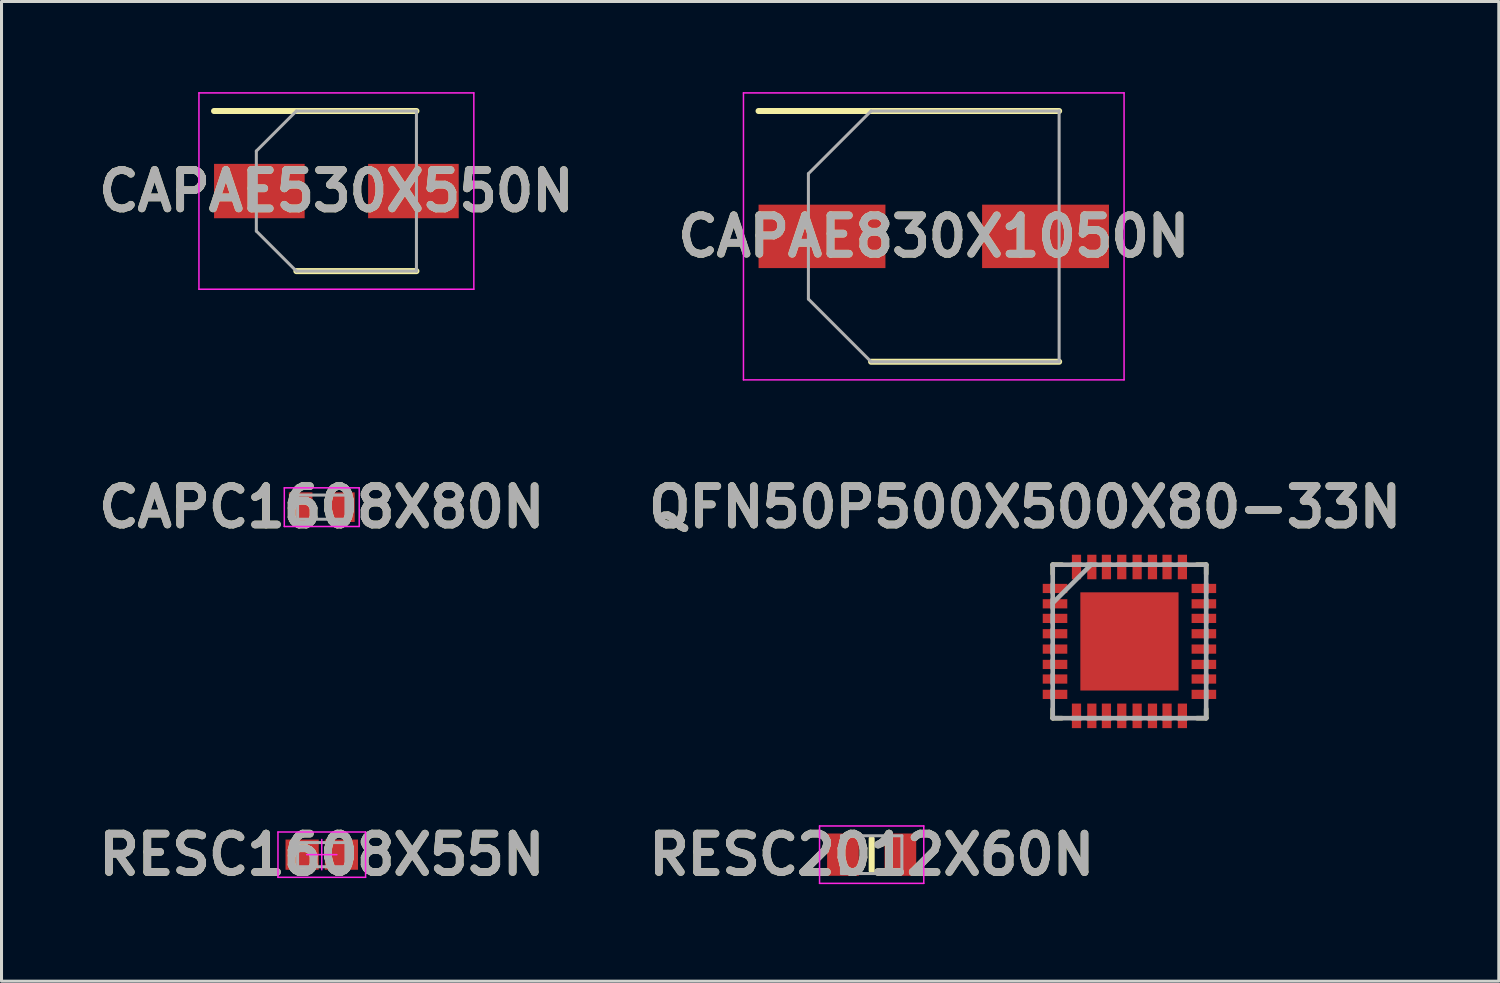
<source format=kicad_pcb>
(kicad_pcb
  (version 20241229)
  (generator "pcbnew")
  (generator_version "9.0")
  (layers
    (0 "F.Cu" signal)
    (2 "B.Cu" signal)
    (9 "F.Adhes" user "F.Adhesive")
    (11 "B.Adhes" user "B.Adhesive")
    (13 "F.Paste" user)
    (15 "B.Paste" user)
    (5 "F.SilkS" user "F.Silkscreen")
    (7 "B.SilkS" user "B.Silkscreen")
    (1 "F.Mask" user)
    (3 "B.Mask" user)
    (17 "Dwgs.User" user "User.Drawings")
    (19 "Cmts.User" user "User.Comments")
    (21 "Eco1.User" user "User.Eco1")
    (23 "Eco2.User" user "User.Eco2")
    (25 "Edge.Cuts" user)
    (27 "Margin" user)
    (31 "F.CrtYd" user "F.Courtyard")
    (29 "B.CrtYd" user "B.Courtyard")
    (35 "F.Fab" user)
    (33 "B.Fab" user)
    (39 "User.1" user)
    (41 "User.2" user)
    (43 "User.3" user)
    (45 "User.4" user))
  (footprint "RESC1608X55N"
    (layer "F.Cu")
    (at 7.602 25.243)
    (property "Reference" "RESC1608X55N" (at 0 0 0) (layer "F.SilkS") (effects (font (size 1.27 1.27) (thickness 0.254))))
    (attr smd)
    (fp_line (start -1.45 -0.75) (end -1.45 0.75) (stroke (width 0.05) (type solid)) (layer "F.CrtYd"))
    (fp_line (start -1.45 0.75) (end 1.45 0.75) (stroke (width 0.05) (type solid)) (layer "F.CrtYd"))
    (fp_line (start -0.85 -0.475) (end -0.85 0.475) (stroke (width 0.001) (type solid)) (layer "F.CrtYd"))
    (fp_line (start -0.85 0.475) (end 0.85 0.475) (stroke (width 0.001) (type solid)) (layer "F.CrtYd"))
    (fp_line (start -0.5 0) (end 0.5 0) (stroke (width 0.05) (type solid)) (layer "F.CrtYd"))
    (fp_line (start 0 0.5) (end 0 -0.5) (stroke (width 0.05) (type solid)) (layer "F.CrtYd"))
    (fp_line (start 0.85 -0.475) (end -0.85 -0.475) (stroke (width 0.001) (type solid)) (layer "F.CrtYd"))
    (fp_line (start 0.85 0.475) (end 0.85 -0.475) (stroke (width 0.001) (type solid)) (layer "F.CrtYd"))
    (fp_line (start 1.45 -0.75) (end -1.45 -0.75) (stroke (width 0.05) (type solid)) (layer "F.CrtYd"))
    (fp_line (start 1.45 0.75) (end 1.45 -0.75) (stroke (width 0.05) (type solid)) (layer "F.CrtYd"))
    (fp_line (start -0.8 -0.4) (end -0.8 0.4) (stroke (width 0.1) (type solid)) (layer "F.Fab"))
    (fp_line (start -0.8 0.4) (end 0.8 0.4) (stroke (width 0.1) (type solid)) (layer "F.Fab"))
    (fp_line (start 0.8 -0.4) (end -0.8 -0.4) (stroke (width 0.1) (type solid)) (layer "F.Fab"))
    (fp_line (start 0.8 0.4) (end 0.8 -0.4) (stroke (width 0.1) (type solid)) (layer "F.Fab"))
    (fp_text user "${REFERENCE}" (at 0 0 0) (layer "F.Fab") (effects (font (size 1.27 1.27) (thickness 0.254))))
    (pad "1" smd rect (at -0.65 0 90) (size 1 1.1) (layers "F.Cu" "F.Mask" "F.Paste"))
    (pad "2" smd rect (at 0.65 0 90) (size 1 1.1) (layers "F.Cu" "F.Mask" "F.Paste")))
  (footprint "RESC2012X60N"
    (layer "F.Cu")
    (at 25.806 25.243)
    (property "Reference" "RESC2012X60N" (at 0 0 0) (layer "F.SilkS") (effects (font (size 1.27 1.27) (thickness 0.254))))
    (attr smd)
    (fp_line (start 0 -0.525) (end 0 0.525) (stroke (width 0.2) (type solid)) (layer "F.SilkS"))
    (fp_line (start -1.725 -0.95) (end 1.725 -0.95) (stroke (width 0.05) (type solid)) (layer "F.CrtYd"))
    (fp_line (start -1.725 0.95) (end -1.725 -0.95) (stroke (width 0.05) (type solid)) (layer "F.CrtYd"))
    (fp_line (start 1.725 -0.95) (end 1.725 0.95) (stroke (width 0.05) (type solid)) (layer "F.CrtYd"))
    (fp_line (start 1.725 0.95) (end -1.725 0.95) (stroke (width 0.05) (type solid)) (layer "F.CrtYd"))
    (fp_line (start -1 -0.625) (end 1 -0.625) (stroke (width 0.1) (type solid)) (layer "F.Fab"))
    (fp_line (start -1 0.625) (end -1 -0.625) (stroke (width 0.1) (type solid)) (layer "F.Fab"))
    (fp_line (start 1 -0.625) (end 1 0.625) (stroke (width 0.1) (type solid)) (layer "F.Fab"))
    (fp_line (start 1 0.625) (end -1 0.625) (stroke (width 0.1) (type solid)) (layer "F.Fab"))
    (fp_text user "${REFERENCE}" (at 0 0 0) (layer "F.Fab") (effects (font (size 1.27 1.27) (thickness 0.254))))
    (pad "1" smd rect (at -0.95 0) (size 1.05 1.4) (layers "F.Cu" "F.Mask" "F.Paste"))
    (pad "2" smd rect (at 0.95 0) (size 1.05 1.4) (layers "F.Cu" "F.Mask" "F.Paste")))
  (footprint "CAPAE530X550N"
    (layer "F.Cu")
    (at 8.086 3.275)
    (property "Reference" "CAPAE530X550N" (at 0 0 0) (layer "F.SilkS") (effects (font (size 1.27 1.27) (thickness 0.254))))
    (attr smd)
    (fp_line (start -4.05 -2.65) (end 2.65 -2.65) (stroke (width 0.2) (type solid)) (layer "F.SilkS"))
    (fp_line (start -1.325 2.65) (end 2.65 2.65) (stroke (width 0.2) (type solid)) (layer "F.SilkS"))
    (fp_line (start -4.55 -3.25) (end 4.55 -3.25) (stroke (width 0.05) (type solid)) (layer "F.CrtYd"))
    (fp_line (start -4.55 3.25) (end -4.55 -3.25) (stroke (width 0.05) (type solid)) (layer "F.CrtYd"))
    (fp_line (start 4.55 -3.25) (end 4.55 3.25) (stroke (width 0.05) (type solid)) (layer "F.CrtYd"))
    (fp_line (start 4.55 3.25) (end -4.55 3.25) (stroke (width 0.05) (type solid)) (layer "F.CrtYd"))
    (fp_line (start -2.65 -1.325) (end -2.65 1.325) (stroke (width 0.1) (type solid)) (layer "F.Fab"))
    (fp_line (start -2.65 1.325) (end -1.325 2.65) (stroke (width 0.1) (type solid)) (layer "F.Fab"))
    (fp_line (start -1.325 -2.65) (end -2.65 -1.325) (stroke (width 0.1) (type solid)) (layer "F.Fab"))
    (fp_line (start -1.325 2.65) (end 2.65 2.65) (stroke (width 0.1) (type solid)) (layer "F.Fab"))
    (fp_line (start 2.65 -2.65) (end -1.325 -2.65) (stroke (width 0.1) (type solid)) (layer "F.Fab"))
    (fp_line (start 2.65 2.65) (end 2.65 -2.65) (stroke (width 0.1) (type solid)) (layer "F.Fab"))
    (fp_text user "${REFERENCE}" (at 0 0 0) (layer "F.Fab") (effects (font (size 1.27 1.27) (thickness 0.254))))
    (pad "1" smd rect (at -2.55 0 90) (size 1.8 3) (layers "F.Cu" "F.Mask" "F.Paste"))
    (pad "2" smd rect (at 2.55 0 90) (size 1.8 3) (layers "F.Cu" "F.Mask" "F.Paste")))
  (footprint "QFN50P500X500X80-33N"
    (layer "F.Cu")
    (at 34.34 18.184)
    (property "Reference" "QFN50P500X500X80-33N" (at -3.454 -4.445 0) (layer "F.SilkS") (effects (font (size 1.27 1.27) (thickness 0.254))))
    (attr smd)
    (fp_line (start -2.54 -2.54) (end -2.54 -2.235) (stroke (width 0.152) (type solid)) (layer "F.SilkS"))
    (fp_line (start -2.54 2.235) (end -2.54 2.54) (stroke (width 0.152) (type solid)) (layer "F.SilkS"))
    (fp_line (start -2.54 2.54) (end -2.235 2.54) (stroke (width 0.152) (type solid)) (layer "F.SilkS"))
    (fp_line (start -2.235 -2.54) (end -2.54 -2.54) (stroke (width 0.152) (type solid)) (layer "F.SilkS"))
    (fp_line (start 2.235 2.54) (end 2.54 2.54) (stroke (width 0.152) (type solid)) (layer "F.SilkS"))
    (fp_line (start 2.54 -2.54) (end 2.235 -2.54) (stroke (width 0.152) (type solid)) (layer "F.SilkS"))
    (fp_line (start 2.54 -2.235) (end 2.54 -2.54) (stroke (width 0.152) (type solid)) (layer "F.SilkS"))
    (fp_line (start 2.54 2.54) (end 2.54 2.235) (stroke (width 0.152) (type solid)) (layer "F.SilkS"))
    (fp_line (start -2.54 -2.54) (end -2.54 2.54) (stroke (width 0.152) (type solid)) (layer "F.Fab"))
    (fp_line (start -2.54 -1.905) (end -2.54 -1.6) (stroke (width 0.152) (type solid)) (layer "F.Fab"))
    (fp_line (start -2.54 -1.397) (end -2.54 -1.092) (stroke (width 0.152) (type solid)) (layer "F.Fab"))
    (fp_line (start -2.54 -1.27) (end -1.27 -2.54) (stroke (width 0.152) (type solid)) (layer "F.Fab"))
    (fp_line (start -2.54 -0.889) (end -2.54 -0.61) (stroke (width 0.152) (type solid)) (layer "F.Fab"))
    (fp_line (start -2.54 -0.406) (end -2.54 -0.102) (stroke (width 0.152) (type solid)) (layer "F.Fab"))
    (fp_line (start -2.54 0.102) (end -2.54 0.406) (stroke (width 0.152) (type solid)) (layer "F.Fab"))
    (fp_line (start -2.54 0.61) (end -2.54 0.889) (stroke (width 0.152) (type solid)) (layer "F.Fab"))
    (fp_line (start -2.54 1.092) (end -2.54 1.397) (stroke (width 0.152) (type solid)) (layer "F.Fab"))
    (fp_line (start -2.54 1.6) (end -2.54 1.905) (stroke (width 0.152) (type solid)) (layer "F.Fab"))
    (fp_line (start -2.54 2.54) (end 2.54 2.54) (stroke (width 0.152) (type solid)) (layer "F.Fab"))
    (fp_line (start -1.905 2.54) (end -1.6 2.54) (stroke (width 0.152) (type solid)) (layer "F.Fab"))
    (fp_line (start -1.6 -2.54) (end -1.905 -2.54) (stroke (width 0.152) (type solid)) (layer "F.Fab"))
    (fp_line (start -1.397 2.54) (end -1.092 2.54) (stroke (width 0.152) (type solid)) (layer "F.Fab"))
    (fp_line (start -1.092 -2.54) (end -1.397 -2.54) (stroke (width 0.152) (type solid)) (layer "F.Fab"))
    (fp_line (start -0.889 2.54) (end -0.61 2.54) (stroke (width 0.152) (type solid)) (layer "F.Fab"))
    (fp_line (start -0.61 -2.54) (end -0.889 -2.54) (stroke (width 0.152) (type solid)) (layer "F.Fab"))
    (fp_line (start -0.406 2.54) (end -0.102 2.54) (stroke (width 0.152) (type solid)) (layer "F.Fab"))
    (fp_line (start -0.102 -2.54) (end -0.406 -2.54) (stroke (width 0.152) (type solid)) (layer "F.Fab"))
    (fp_line (start 0.102 2.54) (end 0.406 2.54) (stroke (width 0.152) (type solid)) (layer "F.Fab"))
    (fp_line (start 0.406 -2.54) (end 0.102 -2.54) (stroke (width 0.152) (type solid)) (layer "F.Fab"))
    (fp_line (start 0.61 2.54) (end 0.889 2.54) (stroke (width 0.152) (type solid)) (layer "F.Fab"))
    (fp_line (start 0.889 -2.54) (end 0.61 -2.54) (stroke (width 0.152) (type solid)) (layer "F.Fab"))
    (fp_line (start 1.092 2.54) (end 1.397 2.54) (stroke (width 0.152) (type solid)) (layer "F.Fab"))
    (fp_line (start 1.397 -2.54) (end 1.092 -2.54) (stroke (width 0.152) (type solid)) (layer "F.Fab"))
    (fp_line (start 1.6 2.54) (end 1.905 2.54) (stroke (width 0.152) (type solid)) (layer "F.Fab"))
    (fp_line (start 1.905 -2.54) (end 1.6 -2.54) (stroke (width 0.152) (type solid)) (layer "F.Fab"))
    (fp_line (start 2.54 -2.54) (end -2.54 -2.54) (stroke (width 0.152) (type solid)) (layer "F.Fab"))
    (fp_line (start 2.54 -1.6) (end 2.54 -1.905) (stroke (width 0.152) (type solid)) (layer "F.Fab"))
    (fp_line (start 2.54 -1.092) (end 2.54 -1.397) (stroke (width 0.152) (type solid)) (layer "F.Fab"))
    (fp_line (start 2.54 -0.61) (end 2.54 -0.889) (stroke (width 0.152) (type solid)) (layer "F.Fab"))
    (fp_line (start 2.54 -0.102) (end 2.54 -0.406) (stroke (width 0.152) (type solid)) (layer "F.Fab"))
    (fp_line (start 2.54 0.406) (end 2.54 0.102) (stroke (width 0.152) (type solid)) (layer "F.Fab"))
    (fp_line (start 2.54 0.889) (end 2.54 0.61) (stroke (width 0.152) (type solid)) (layer "F.Fab"))
    (fp_line (start 2.54 1.397) (end 2.54 1.092) (stroke (width 0.152) (type solid)) (layer "F.Fab"))
    (fp_line (start 2.54 1.905) (end 2.54 1.6) (stroke (width 0.152) (type solid)) (layer "F.Fab"))
    (fp_line (start 2.54 2.54) (end 2.54 -2.54) (stroke (width 0.152) (type solid)) (layer "F.Fab"))
    (fp_text user "${REFERENCE}" (at -3.454 -4.445 0) (layer "F.Fab") (effects (font (size 1.27 1.27) (thickness 0.254))))
    (pad "1" smd rect (at -2.464 -1.753 90) (size 0.305 0.813) (layers "F.Cu" "F.Mask" "F.Paste"))
    (pad "2" smd rect (at -2.464 -1.245 90) (size 0.305 0.813) (layers "F.Cu" "F.Mask" "F.Paste"))
    (pad "3" smd rect (at -2.464 -0.762 90) (size 0.305 0.813) (layers "F.Cu" "F.Mask" "F.Paste"))
    (pad "4" smd rect (at -2.464 -0.254 90) (size 0.305 0.813) (layers "F.Cu" "F.Mask" "F.Paste"))
    (pad "5" smd rect (at -2.464 0.254 90) (size 0.305 0.813) (layers "F.Cu" "F.Mask" "F.Paste"))
    (pad "6" smd rect (at -2.464 0.762 90) (size 0.305 0.813) (layers "F.Cu" "F.Mask" "F.Paste"))
    (pad "7" smd rect (at -2.464 1.245 90) (size 0.305 0.813) (layers "F.Cu" "F.Mask" "F.Paste"))
    (pad "8" smd rect (at -2.464 1.753 90) (size 0.305 0.813) (layers "F.Cu" "F.Mask" "F.Paste"))
    (pad "9" smd rect (at -1.753 2.464) (size 0.305 0.813) (layers "F.Cu" "F.Mask" "F.Paste"))
    (pad "10" smd rect (at -1.245 2.464) (size 0.305 0.813) (layers "F.Cu" "F.Mask" "F.Paste"))
    (pad "11" smd rect (at -0.762 2.464) (size 0.305 0.813) (layers "F.Cu" "F.Mask" "F.Paste"))
    (pad "12" smd rect (at -0.254 2.464) (size 0.305 0.813) (layers "F.Cu" "F.Mask" "F.Paste"))
    (pad "13" smd rect (at 0.254 2.464) (size 0.305 0.813) (layers "F.Cu" "F.Mask" "F.Paste"))
    (pad "14" smd rect (at 0.762 2.464) (size 0.305 0.813) (layers "F.Cu" "F.Mask" "F.Paste"))
    (pad "15" smd rect (at 1.245 2.464) (size 0.305 0.813) (layers "F.Cu" "F.Mask" "F.Paste"))
    (pad "16" smd rect (at 1.753 2.464) (size 0.305 0.813) (layers "F.Cu" "F.Mask" "F.Paste"))
    (pad "17" smd rect (at 2.464 1.753 90) (size 0.305 0.813) (layers "F.Cu" "F.Mask" "F.Paste"))
    (pad "18" smd rect (at 2.464 1.245 90) (size 0.305 0.813) (layers "F.Cu" "F.Mask" "F.Paste"))
    (pad "19" smd rect (at 2.464 0.762 90) (size 0.305 0.813) (layers "F.Cu" "F.Mask" "F.Paste"))
    (pad "20" smd rect (at 2.464 0.254 90) (size 0.305 0.813) (layers "F.Cu" "F.Mask" "F.Paste"))
    (pad "21" smd rect (at 2.464 -0.254 90) (size 0.305 0.813) (layers "F.Cu" "F.Mask" "F.Paste"))
    (pad "22" smd rect (at 2.464 -0.762 90) (size 0.305 0.813) (layers "F.Cu" "F.Mask" "F.Paste"))
    (pad "23" smd rect (at 2.464 -1.245 90) (size 0.305 0.813) (layers "F.Cu" "F.Mask" "F.Paste"))
    (pad "24" smd rect (at 2.464 -1.753 90) (size 0.305 0.813) (layers "F.Cu" "F.Mask" "F.Paste"))
    (pad "25" smd rect (at 1.753 -2.464) (size 0.305 0.813) (layers "F.Cu" "F.Mask" "F.Paste"))
    (pad "26" smd rect (at 1.245 -2.464) (size 0.305 0.813) (layers "F.Cu" "F.Mask" "F.Paste"))
    (pad "27" smd rect (at 0.762 -2.464) (size 0.305 0.813) (layers "F.Cu" "F.Mask" "F.Paste"))
    (pad "28" smd rect (at 0.254 -2.464) (size 0.305 0.813) (layers "F.Cu" "F.Mask" "F.Paste"))
    (pad "29" smd rect (at -0.254 -2.464) (size 0.305 0.813) (layers "F.Cu" "F.Mask" "F.Paste"))
    (pad "30" smd rect (at -0.762 -2.464) (size 0.305 0.813) (layers "F.Cu" "F.Mask" "F.Paste"))
    (pad "31" smd rect (at -1.245 -2.464) (size 0.305 0.813) (layers "F.Cu" "F.Mask" "F.Paste"))
    (pad "32" smd rect (at -1.753 -2.464) (size 0.305 0.813) (layers "F.Cu" "F.Mask" "F.Paste"))
    (pad "33" smd rect (at 0 0 90) (size 3.251 3.251) (layers "F.Cu" "F.Mask" "F.Paste")))
  (footprint "CAPC1608X80N"
    (layer "F.Cu")
    (at 7.602 13.739)
    (property "Reference" "CAPC1608X80N" (at 0 0 0) (layer "F.SilkS") (effects (font (size 1.27 1.27) (thickness 0.254))))
    (attr smd)
    (fp_line (start -1.24 -0.64) (end 1.24 -0.64) (stroke (width 0.05) (type solid)) (layer "F.CrtYd"))
    (fp_line (start -1.24 0.64) (end -1.24 -0.64) (stroke (width 0.05) (type solid)) (layer "F.CrtYd"))
    (fp_line (start 1.24 -0.64) (end 1.24 0.64) (stroke (width 0.05) (type solid)) (layer "F.CrtYd"))
    (fp_line (start 1.24 0.64) (end -1.24 0.64) (stroke (width 0.05) (type solid)) (layer "F.CrtYd"))
    (fp_line (start -0.8 -0.4) (end 0.8 -0.4) (stroke (width 0.1) (type solid)) (layer "F.Fab"))
    (fp_line (start -0.8 0.4) (end -0.8 -0.4) (stroke (width 0.1) (type solid)) (layer "F.Fab"))
    (fp_line (start 0.8 -0.4) (end 0.8 0.4) (stroke (width 0.1) (type solid)) (layer "F.Fab"))
    (fp_line (start 0.8 0.4) (end -0.8 0.4) (stroke (width 0.1) (type solid)) (layer "F.Fab"))
    (fp_text user "${REFERENCE}" (at 0 0 0) (layer "F.Fab") (effects (font (size 1.27 1.27) (thickness 0.254))))
    (pad "1" smd rect (at -0.7 0) (size 0.78 0.98) (layers "F.Cu" "F.Mask" "F.Paste"))
    (pad "2" smd rect (at 0.7 0) (size 0.78 0.98) (layers "F.Cu" "F.Mask" "F.Paste")))
  (footprint "CAPAE830X1050N"
    (layer "F.Cu")
    (at 27.862 4.775)
    (property "Reference" "CAPAE830X1050N" (at 0 0 0) (layer "F.SilkS") (effects (font (size 1.27 1.27) (thickness 0.254))))
    (attr smd)
    (fp_line (start -5.8 -4.15) (end 4.15 -4.15) (stroke (width 0.2) (type solid)) (layer "F.SilkS"))
    (fp_line (start -2.075 4.15) (end 4.15 4.15) (stroke (width 0.2) (type solid)) (layer "F.SilkS"))
    (fp_line (start -6.3 -4.75) (end 6.3 -4.75) (stroke (width 0.05) (type solid)) (layer "F.CrtYd"))
    (fp_line (start -6.3 4.75) (end -6.3 -4.75) (stroke (width 0.05) (type solid)) (layer "F.CrtYd"))
    (fp_line (start 6.3 -4.75) (end 6.3 4.75) (stroke (width 0.05) (type solid)) (layer "F.CrtYd"))
    (fp_line (start 6.3 4.75) (end -6.3 4.75) (stroke (width 0.05) (type solid)) (layer "F.CrtYd"))
    (fp_line (start -4.15 -2.075) (end -4.15 2.075) (stroke (width 0.1) (type solid)) (layer "F.Fab"))
    (fp_line (start -4.15 2.075) (end -2.075 4.15) (stroke (width 0.1) (type solid)) (layer "F.Fab"))
    (fp_line (start -2.075 -4.15) (end -4.15 -2.075) (stroke (width 0.1) (type solid)) (layer "F.Fab"))
    (fp_line (start -2.075 4.15) (end 4.15 4.15) (stroke (width 0.1) (type solid)) (layer "F.Fab"))
    (fp_line (start 4.15 -4.15) (end -2.075 -4.15) (stroke (width 0.1) (type solid)) (layer "F.Fab"))
    (fp_line (start 4.15 4.15) (end 4.15 -4.15) (stroke (width 0.1) (type solid)) (layer "F.Fab"))
    (fp_text user "${REFERENCE}" (at 0 0 0) (layer "F.Fab") (effects (font (size 1.27 1.27) (thickness 0.254))))
    (pad "1" smd rect (at -3.7 0 90) (size 2.1 4.2) (layers "F.Cu" "F.Mask" "F.Paste"))
    (pad "2" smd rect (at 3.7 0 90) (size 2.1 4.2) (layers "F.Cu" "F.Mask" "F.Paste")))
  (gr_rect
    (start -3 -3)
    (end 46.567 29.431)
    (stroke (width 0.1) (type default))
    (fill no)
    (layer "Edge.Cuts")))
</source>
